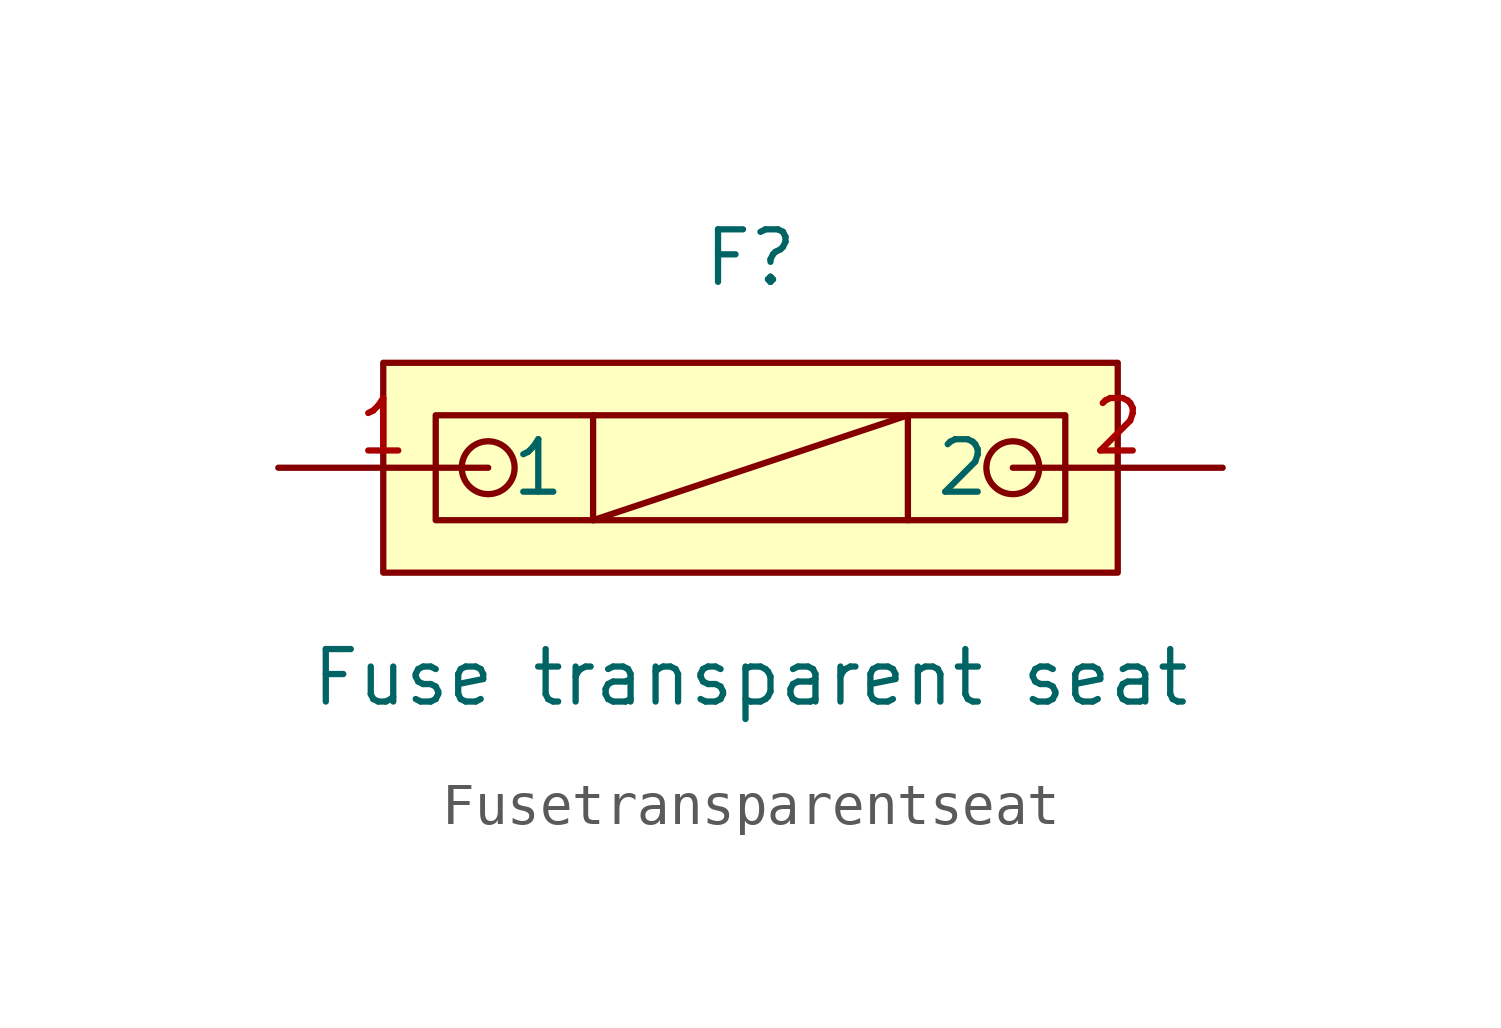
<source format=kicad_sym>
(kicad_symbol_lib
  (version 20211014)
  (generator https://github.com/uPesy/easyeda2kicad.py)
  (symbol "Fusetransparentseat"
    (property "Reference" "F"
      (at 0 5.08 0)
      (effects (font (size 1.27 1.27))))
    (property "Value" "Fuse transparent seat"
      (at 0 -5.08 0)
      (effects (font (size 1.27 1.27))))
    (symbol "Fusetransparentseat_0_1"
      (rectangle (start -8.89 2.54) (end 8.89 -2.54) (stroke (width 0) (type default) (color 0 0 0 0)) (fill (type background)))
      (rectangle (start -7.62 1.27) (end 7.62 -1.27) (stroke (width 0) (type default) (color 0 0 0 0)) (fill (type background)))
      (circle (center -6.35 -0.00) (radius 0.64) (stroke (width 0) (type default) (color 0 0 0 0)) (fill (type none)))
      (circle (center 6.35 -0.00) (radius 0.64) (stroke (width 0) (type default) (color 0 0 0 0)) (fill (type none)))
      (polyline (pts (xy -3.81 1.27) (xy -3.81 -1.27)) (stroke (width 0) (type default) (color 0 0 0 0)) (fill (type none)))
      (polyline (pts (xy 3.81 1.27) (xy 3.81 -1.27)) (stroke (width 0) (type default) (color 0 0 0 0)) (fill (type none)))
      (polyline (pts (xy 3.81 1.27) (xy -3.81 -1.27)) (stroke (width 0) (type default) (color 0 0 0 0)) (fill (type none)))
      (pin unspecified line (at -11.43 -0.00 0) (length 5.08) (name "1" (effects (font (size 1.27 1.27)))) (number "1" (effects (font (size 1.27 1.27)))))
      (pin unspecified line (at 11.43 -0.00 180) (length 5.08) (name "2" (effects (font (size 1.27 1.27)))) (number "2" (effects (font (size 1.27 1.27))))))))
</source>
